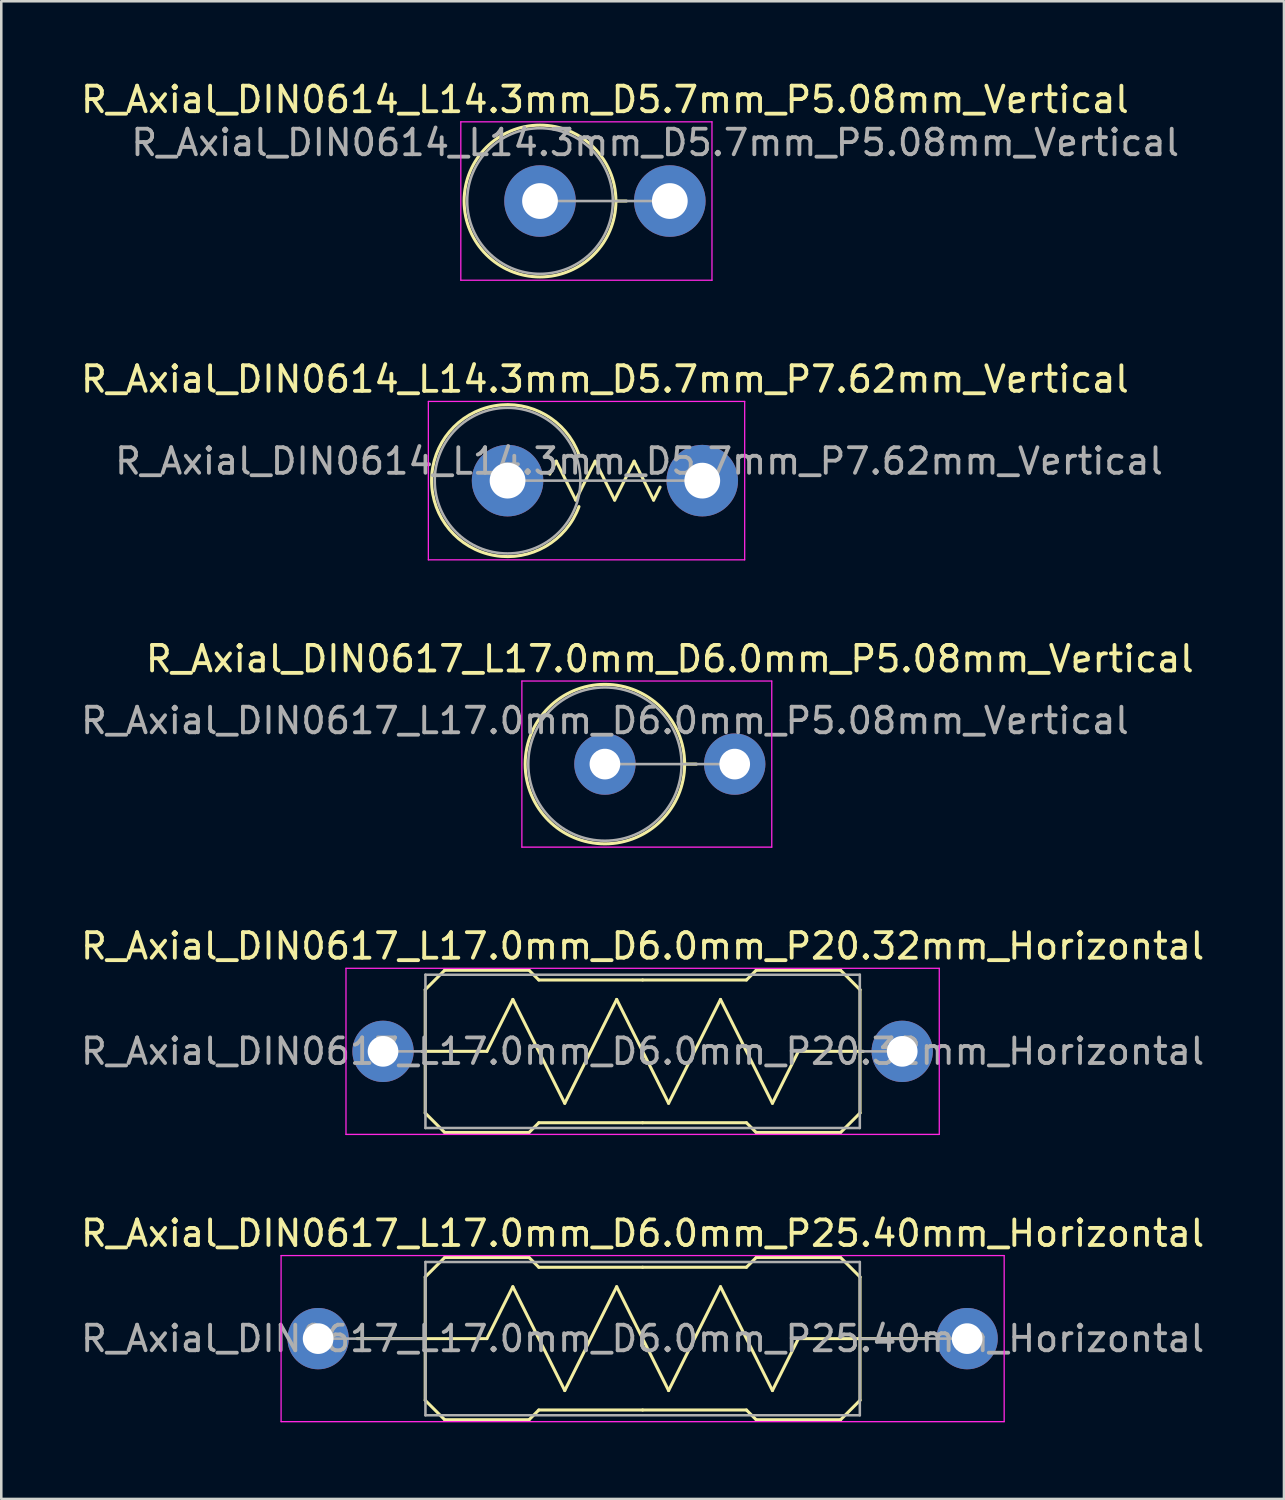
<source format=kicad_pcb>
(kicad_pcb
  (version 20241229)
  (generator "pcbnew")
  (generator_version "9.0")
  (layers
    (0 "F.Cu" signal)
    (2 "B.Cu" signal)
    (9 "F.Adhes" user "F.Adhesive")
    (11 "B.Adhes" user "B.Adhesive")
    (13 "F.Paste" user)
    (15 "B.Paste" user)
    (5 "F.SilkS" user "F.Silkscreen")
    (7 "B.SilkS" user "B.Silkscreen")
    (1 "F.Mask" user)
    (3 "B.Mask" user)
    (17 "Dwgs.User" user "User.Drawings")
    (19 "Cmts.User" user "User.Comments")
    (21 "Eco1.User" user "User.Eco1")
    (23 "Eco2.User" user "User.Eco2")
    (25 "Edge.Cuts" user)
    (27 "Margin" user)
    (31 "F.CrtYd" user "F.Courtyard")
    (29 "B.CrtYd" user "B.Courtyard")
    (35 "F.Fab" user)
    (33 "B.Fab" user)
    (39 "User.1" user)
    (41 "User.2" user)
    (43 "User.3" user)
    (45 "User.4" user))
  (footprint "R_Axial_DIN0614_L14.3mm_D5.7mm_P7.62mm_Vertical"
    (layer "F.Cu")
    (at 16.815 15.761)
    (property "Reference" "R_Axial_DIN0614_L14.3mm_D5.7mm_P7.62mm_Vertical" (at 3.81 -3.97 0) (layer "F.SilkS") (effects (font (size 1 1) (thickness 0.15))))
    (attr through_hole)
    (fp_line (start 1.651 -0.254) (end 1.905 -0.762) (stroke (width 0.12) (type solid)) (layer "F.SilkS"))
    (fp_line (start 1.905 -0.762) (end 2.667 0.762) (stroke (width 0.12) (type solid)) (layer "F.SilkS"))
    (fp_line (start 2.667 0.762) (end 3.429 -0.762) (stroke (width 0.12) (type solid)) (layer "F.SilkS"))
    (fp_line (start 3.429 -0.762) (end 4.191 0.762) (stroke (width 0.12) (type solid)) (layer "F.SilkS"))
    (fp_line (start 4.191 0.762) (end 4.953 -0.762) (stroke (width 0.12) (type solid)) (layer "F.SilkS"))
    (fp_line (start 4.953 -0.762) (end 5.715 0.762) (stroke (width 0.12) (type solid)) (layer "F.SilkS"))
    (fp_line (start 5.715 0.762) (end 5.969 0.254) (stroke (width 0.12) (type solid)) (layer "F.SilkS"))
    (fp_arc (start 2.793999 1.016) (mid -2.972993 0) (end 2.793999 -1.016) (stroke (width 0.12) (type solid)) (layer "F.SilkS"))
    (fp_line (start -3.1 -3.1) (end -3.1 3.1) (stroke (width 0.05) (type solid)) (layer "F.CrtYd"))
    (fp_line (start -3.1 3.1) (end 9.28 3.1) (stroke (width 0.05) (type solid)) (layer "F.CrtYd"))
    (fp_line (start 9.28 -3.1) (end -3.1 -3.1) (stroke (width 0.05) (type solid)) (layer "F.CrtYd"))
    (fp_line (start 9.28 3.1) (end 9.28 -3.1) (stroke (width 0.05) (type solid)) (layer "F.CrtYd"))
    (fp_line (start 0 0) (end 7.62 0) (stroke (width 0.1) (type solid)) (layer "F.Fab"))
    (fp_circle (center 0 0) (end 2.85 0) (stroke (width 0.1) (type solid)) (fill no) (layer "F.Fab"))
    (fp_text user "${REFERENCE}" (at 5.144 -0.762 0) (layer "F.Fab") (effects (font (size 1 1) (thickness 0.15))))
    (pad "1" thru_hole circle (at 0 0) (size 2.8 2.8) (drill 1.4) (layers "*.Cu" "*.Mask"))
    (pad "2" thru_hole oval (at 7.62 0) (size 2.8 2.8) (drill 1.4) (layers "*.Cu" "*.Mask")))
  (footprint "R_Axial_DIN0617_L17.0mm_D6.0mm_P5.08mm_Vertical"
    (layer "F.Cu")
    (at 20.625 26.855)
    (property "Reference" "R_Axial_DIN0617_L17.0mm_D6.0mm_P5.08mm_Vertical" (at 2.54 -4.12 0) (layer "F.SilkS") (effects (font (size 1 1) (thickness 0.15))))
    (attr through_hole)
    (fp_line (start 3.12 0) (end 3.58 0) (stroke (width 0.12) (type solid)) (layer "F.SilkS"))
    (fp_circle (center 0 0) (end 3.12 0) (stroke (width 0.12) (type solid)) (fill no) (layer "F.SilkS"))
    (fp_line (start -3.25 -3.25) (end -3.25 3.25) (stroke (width 0.05) (type solid)) (layer "F.CrtYd"))
    (fp_line (start -3.25 3.25) (end 6.53 3.25) (stroke (width 0.05) (type solid)) (layer "F.CrtYd"))
    (fp_line (start 6.53 -3.25) (end -3.25 -3.25) (stroke (width 0.05) (type solid)) (layer "F.CrtYd"))
    (fp_line (start 6.53 3.25) (end 6.53 -3.25) (stroke (width 0.05) (type solid)) (layer "F.CrtYd"))
    (fp_line (start 0 0) (end 5.08 0) (stroke (width 0.1) (type solid)) (layer "F.Fab"))
    (fp_circle (center 0 0) (end 3 0) (stroke (width 0.1) (type solid)) (fill no) (layer "F.Fab"))
    (fp_text user "${REFERENCE}" (at 0 -1.7 0) (layer "F.Fab") (effects (font (size 1 1) (thickness 0.15))))
    (pad "1" thru_hole circle (at 0 0) (size 2.4 2.4) (drill 1.2) (layers "*.Cu" "*.Mask"))
    (pad "2" thru_hole oval (at 5.08 0) (size 2.4 2.4) (drill 1.2) (layers "*.Cu" "*.Mask")))
  (footprint "R_Axial_DIN0617_L17.0mm_D6.0mm_P25.40mm_Horizontal"
    (layer "F.Cu")
    (at 9.401 49.341)
    (property "Reference" "R_Axial_DIN0617_L17.0mm_D6.0mm_P25.40mm_Horizontal" (at 12.7 -4.12 0) (layer "F.SilkS") (effects (font (size 1 1) (thickness 0.15))))
    (attr through_hole)
    (fp_line (start 4.191 -2.413) (end 4.191 2.413) (stroke (width 0.12) (type solid)) (layer "F.SilkS"))
    (fp_line (start 4.191 -2.413) (end 4.953 -3.175) (stroke (width 0.12) (type solid)) (layer "F.SilkS"))
    (fp_line (start 4.191 0) (end 1.524 0) (stroke (width 0.12) (type solid)) (layer "F.SilkS"))
    (fp_line (start 4.191 0) (end 6.604 0) (stroke (width 0.12) (type solid)) (layer "F.SilkS"))
    (fp_line (start 4.191 2.413) (end 4.953 3.175) (stroke (width 0.12) (type solid)) (layer "F.SilkS"))
    (fp_line (start 4.953 -3.175) (end 8.255 -3.175) (stroke (width 0.12) (type solid)) (layer "F.SilkS"))
    (fp_line (start 4.953 3.175) (end 8.255 3.175) (stroke (width 0.12) (type solid)) (layer "F.SilkS"))
    (fp_line (start 6.604 0) (end 7.62 -2.032) (stroke (width 0.12) (type solid)) (layer "F.SilkS"))
    (fp_line (start 7.62 -2.032) (end 9.652 2.032) (stroke (width 0.12) (type solid)) (layer "F.SilkS"))
    (fp_line (start 8.255 -3.175) (end 8.636 -2.794) (stroke (width 0.12) (type solid)) (layer "F.SilkS"))
    (fp_line (start 8.255 3.175) (end 8.636 2.794) (stroke (width 0.12) (type solid)) (layer "F.SilkS"))
    (fp_line (start 8.636 -2.794) (end 12.7 -2.794) (stroke (width 0.12) (type solid)) (layer "F.SilkS"))
    (fp_line (start 8.636 2.794) (end 12.7 2.794) (stroke (width 0.12) (type solid)) (layer "F.SilkS"))
    (fp_line (start 9.652 2.032) (end 11.684 -2.032) (stroke (width 0.12) (type solid)) (layer "F.SilkS"))
    (fp_line (start 11.684 -2.032) (end 13.716 2.032) (stroke (width 0.12) (type solid)) (layer "F.SilkS"))
    (fp_line (start 13.716 2.032) (end 15.748 -2.032) (stroke (width 0.12) (type solid)) (layer "F.SilkS"))
    (fp_line (start 15.748 -2.032) (end 17.78 2.032) (stroke (width 0.12) (type solid)) (layer "F.SilkS"))
    (fp_line (start 16.764 -2.794) (end 12.7 -2.794) (stroke (width 0.12) (type solid)) (layer "F.SilkS"))
    (fp_line (start 16.764 2.794) (end 12.7 2.794) (stroke (width 0.12) (type solid)) (layer "F.SilkS"))
    (fp_line (start 17.145 -3.175) (end 16.764 -2.794) (stroke (width 0.12) (type solid)) (layer "F.SilkS"))
    (fp_line (start 17.145 3.175) (end 16.764 2.794) (stroke (width 0.12) (type solid)) (layer "F.SilkS"))
    (fp_line (start 17.78 2.032) (end 18.796 0) (stroke (width 0.12) (type solid)) (layer "F.SilkS"))
    (fp_line (start 20.447 -3.175) (end 17.145 -3.175) (stroke (width 0.12) (type solid)) (layer "F.SilkS"))
    (fp_line (start 20.447 3.175) (end 17.145 3.175) (stroke (width 0.12) (type solid)) (layer "F.SilkS"))
    (fp_line (start 21.209 -2.413) (end 20.447 -3.175) (stroke (width 0.12) (type solid)) (layer "F.SilkS"))
    (fp_line (start 21.209 0) (end 18.796 0) (stroke (width 0.12) (type solid)) (layer "F.SilkS"))
    (fp_line (start 21.209 0) (end 23.876 0) (stroke (width 0.12) (type solid)) (layer "F.SilkS"))
    (fp_line (start 21.209 2.413) (end 20.447 3.175) (stroke (width 0.12) (type solid)) (layer "F.SilkS"))
    (fp_line (start 21.209 2.413) (end 21.209 -2.413) (stroke (width 0.12) (type solid)) (layer "F.SilkS"))
    (fp_line (start -1.45 -3.25) (end -1.45 3.25) (stroke (width 0.05) (type solid)) (layer "F.CrtYd"))
    (fp_line (start -1.45 3.25) (end 26.85 3.25) (stroke (width 0.05) (type solid)) (layer "F.CrtYd"))
    (fp_line (start 26.85 -3.25) (end -1.45 -3.25) (stroke (width 0.05) (type solid)) (layer "F.CrtYd"))
    (fp_line (start 26.85 3.25) (end 26.85 -3.25) (stroke (width 0.05) (type solid)) (layer "F.CrtYd"))
    (fp_line (start 0 0) (end 4.2 0) (stroke (width 0.1) (type solid)) (layer "F.Fab"))
    (fp_line (start 4.2 -3) (end 4.2 3) (stroke (width 0.1) (type solid)) (layer "F.Fab"))
    (fp_line (start 4.2 3) (end 21.2 3) (stroke (width 0.1) (type solid)) (layer "F.Fab"))
    (fp_line (start 21.2 -3) (end 4.2 -3) (stroke (width 0.1) (type solid)) (layer "F.Fab"))
    (fp_line (start 21.2 3) (end 21.2 -3) (stroke (width 0.1) (type solid)) (layer "F.Fab"))
    (fp_line (start 25.4 0) (end 21.2 0) (stroke (width 0.1) (type solid)) (layer "F.Fab"))
    (fp_text user "${REFERENCE}" (at 12.7 0 0) (layer "F.Fab") (effects (font (size 1 1) (thickness 0.15))))
    (pad "1" thru_hole circle (at 0 0) (size 2.4 2.4) (drill 1.2) (layers "*.Cu" "*.Mask"))
    (pad "2" thru_hole oval (at 25.4 0) (size 2.4 2.4) (drill 1.2) (layers "*.Cu" "*.Mask")))
  (footprint "R_Axial_DIN0617_L17.0mm_D6.0mm_P20.32mm_Horizontal"
    (layer "F.Cu")
    (at 11.941 38.098)
    (property "Reference" "R_Axial_DIN0617_L17.0mm_D6.0mm_P20.32mm_Horizontal" (at 10.16 -4.12 0) (layer "F.SilkS") (effects (font (size 1 1) (thickness 0.15))))
    (attr through_hole)
    (fp_line (start 1.651 -2.413) (end 1.651 2.413) (stroke (width 0.12) (type solid)) (layer "F.SilkS"))
    (fp_line (start 1.651 -2.413) (end 2.413 -3.175) (stroke (width 0.12) (type solid)) (layer "F.SilkS"))
    (fp_line (start 1.651 0) (end 1.524 0) (stroke (width 0.12) (type solid)) (layer "F.SilkS"))
    (fp_line (start 1.651 0) (end 4.064 0) (stroke (width 0.12) (type solid)) (layer "F.SilkS"))
    (fp_line (start 1.651 2.413) (end 2.413 3.175) (stroke (width 0.12) (type solid)) (layer "F.SilkS"))
    (fp_line (start 2.413 -3.175) (end 5.715 -3.175) (stroke (width 0.12) (type solid)) (layer "F.SilkS"))
    (fp_line (start 2.413 3.175) (end 5.715 3.175) (stroke (width 0.12) (type solid)) (layer "F.SilkS"))
    (fp_line (start 4.064 0) (end 5.08 -2.032) (stroke (width 0.12) (type solid)) (layer "F.SilkS"))
    (fp_line (start 5.08 -2.032) (end 7.112 2.032) (stroke (width 0.12) (type solid)) (layer "F.SilkS"))
    (fp_line (start 5.715 -3.175) (end 6.096 -2.794) (stroke (width 0.12) (type solid)) (layer "F.SilkS"))
    (fp_line (start 5.715 3.175) (end 6.096 2.794) (stroke (width 0.12) (type solid)) (layer "F.SilkS"))
    (fp_line (start 6.096 -2.794) (end 10.16 -2.794) (stroke (width 0.12) (type solid)) (layer "F.SilkS"))
    (fp_line (start 6.096 2.794) (end 10.16 2.794) (stroke (width 0.12) (type solid)) (layer "F.SilkS"))
    (fp_line (start 7.112 2.032) (end 9.144 -2.032) (stroke (width 0.12) (type solid)) (layer "F.SilkS"))
    (fp_line (start 9.144 -2.032) (end 11.176 2.032) (stroke (width 0.12) (type solid)) (layer "F.SilkS"))
    (fp_line (start 11.176 2.032) (end 13.208 -2.032) (stroke (width 0.12) (type solid)) (layer "F.SilkS"))
    (fp_line (start 13.208 -2.032) (end 15.24 2.032) (stroke (width 0.12) (type solid)) (layer "F.SilkS"))
    (fp_line (start 14.224 -2.794) (end 10.16 -2.794) (stroke (width 0.12) (type solid)) (layer "F.SilkS"))
    (fp_line (start 14.224 2.794) (end 10.16 2.794) (stroke (width 0.12) (type solid)) (layer "F.SilkS"))
    (fp_line (start 14.605 -3.175) (end 14.224 -2.794) (stroke (width 0.12) (type solid)) (layer "F.SilkS"))
    (fp_line (start 14.605 3.175) (end 14.224 2.794) (stroke (width 0.12) (type solid)) (layer "F.SilkS"))
    (fp_line (start 15.24 2.032) (end 16.256 0) (stroke (width 0.12) (type solid)) (layer "F.SilkS"))
    (fp_line (start 17.907 -3.175) (end 14.605 -3.175) (stroke (width 0.12) (type solid)) (layer "F.SilkS"))
    (fp_line (start 17.907 3.175) (end 14.605 3.175) (stroke (width 0.12) (type solid)) (layer "F.SilkS"))
    (fp_line (start 18.669 -2.413) (end 17.907 -3.175) (stroke (width 0.12) (type solid)) (layer "F.SilkS"))
    (fp_line (start 18.669 0) (end 16.256 0) (stroke (width 0.12) (type solid)) (layer "F.SilkS"))
    (fp_line (start 18.669 0) (end 18.796 0) (stroke (width 0.12) (type solid)) (layer "F.SilkS"))
    (fp_line (start 18.669 2.413) (end 17.907 3.175) (stroke (width 0.12) (type solid)) (layer "F.SilkS"))
    (fp_line (start 18.669 2.413) (end 18.669 -2.413) (stroke (width 0.12) (type solid)) (layer "F.SilkS"))
    (fp_line (start -1.45 -3.25) (end -1.45 3.25) (stroke (width 0.05) (type solid)) (layer "F.CrtYd"))
    (fp_line (start -1.45 3.25) (end 21.77 3.25) (stroke (width 0.05) (type solid)) (layer "F.CrtYd"))
    (fp_line (start 21.77 -3.25) (end -1.45 -3.25) (stroke (width 0.05) (type solid)) (layer "F.CrtYd"))
    (fp_line (start 21.77 3.25) (end 21.77 -3.25) (stroke (width 0.05) (type solid)) (layer "F.CrtYd"))
    (fp_line (start 0 0) (end 1.66 0) (stroke (width 0.1) (type solid)) (layer "F.Fab"))
    (fp_line (start 1.66 -3) (end 1.66 3) (stroke (width 0.1) (type solid)) (layer "F.Fab"))
    (fp_line (start 1.66 3) (end 18.66 3) (stroke (width 0.1) (type solid)) (layer "F.Fab"))
    (fp_line (start 18.66 -3) (end 1.66 -3) (stroke (width 0.1) (type solid)) (layer "F.Fab"))
    (fp_line (start 18.66 3) (end 18.66 -3) (stroke (width 0.1) (type solid)) (layer "F.Fab"))
    (fp_line (start 20.32 0) (end 18.66 0) (stroke (width 0.1) (type solid)) (layer "F.Fab"))
    (fp_text user "${REFERENCE}" (at 10.16 0 0) (layer "F.Fab") (effects (font (size 1 1) (thickness 0.15))))
    (pad "1" thru_hole circle (at 0 0) (size 2.4 2.4) (drill 1.2) (layers "*.Cu" "*.Mask"))
    (pad "2" thru_hole oval (at 20.32 0) (size 2.4 2.4) (drill 1.2) (layers "*.Cu" "*.Mask")))
  (footprint "R_Axial_DIN0614_L14.3mm_D5.7mm_P5.08mm_Vertical"
    (layer "F.Cu")
    (at 18.085 4.818)
    (property "Reference" "R_Axial_DIN0614_L14.3mm_D5.7mm_P5.08mm_Vertical" (at 2.54 -3.97 0) (layer "F.SilkS") (effects (font (size 1 1) (thickness 0.15))))
    (attr through_hole)
    (fp_line (start 2.97 0) (end 3.38 0) (stroke (width 0.12) (type solid)) (layer "F.SilkS"))
    (fp_circle (center 0 0) (end 2.97 0) (stroke (width 0.12) (type solid)) (fill no) (layer "F.SilkS"))
    (fp_line (start -3.1 -3.1) (end -3.1 3.1) (stroke (width 0.05) (type solid)) (layer "F.CrtYd"))
    (fp_line (start -3.1 3.1) (end 6.73 3.1) (stroke (width 0.05) (type solid)) (layer "F.CrtYd"))
    (fp_line (start 6.73 -3.1) (end -3.1 -3.1) (stroke (width 0.05) (type solid)) (layer "F.CrtYd"))
    (fp_line (start 6.73 3.1) (end 6.73 -3.1) (stroke (width 0.05) (type solid)) (layer "F.CrtYd"))
    (fp_line (start 0 0) (end 5.08 0) (stroke (width 0.1) (type solid)) (layer "F.Fab"))
    (fp_circle (center 0 0) (end 2.85 0) (stroke (width 0.1) (type solid)) (fill no) (layer "F.Fab"))
    (fp_text user "${REFERENCE}" (at 4.508 -2.286 0) (layer "F.Fab") (effects (font (size 1 1) (thickness 0.15))))
    (pad "1" thru_hole circle (at 0 0) (size 2.8 2.8) (drill 1.4) (layers "*.Cu" "*.Mask"))
    (pad "2" thru_hole oval (at 5.08 0) (size 2.8 2.8) (drill 1.4) (layers "*.Cu" "*.Mask")))
  (gr_rect
    (start -3 -3)
    (end 47.202 55.616)
    (stroke (width 0.1) (type default))
    (fill no)
    (layer "Edge.Cuts")))
</source>
